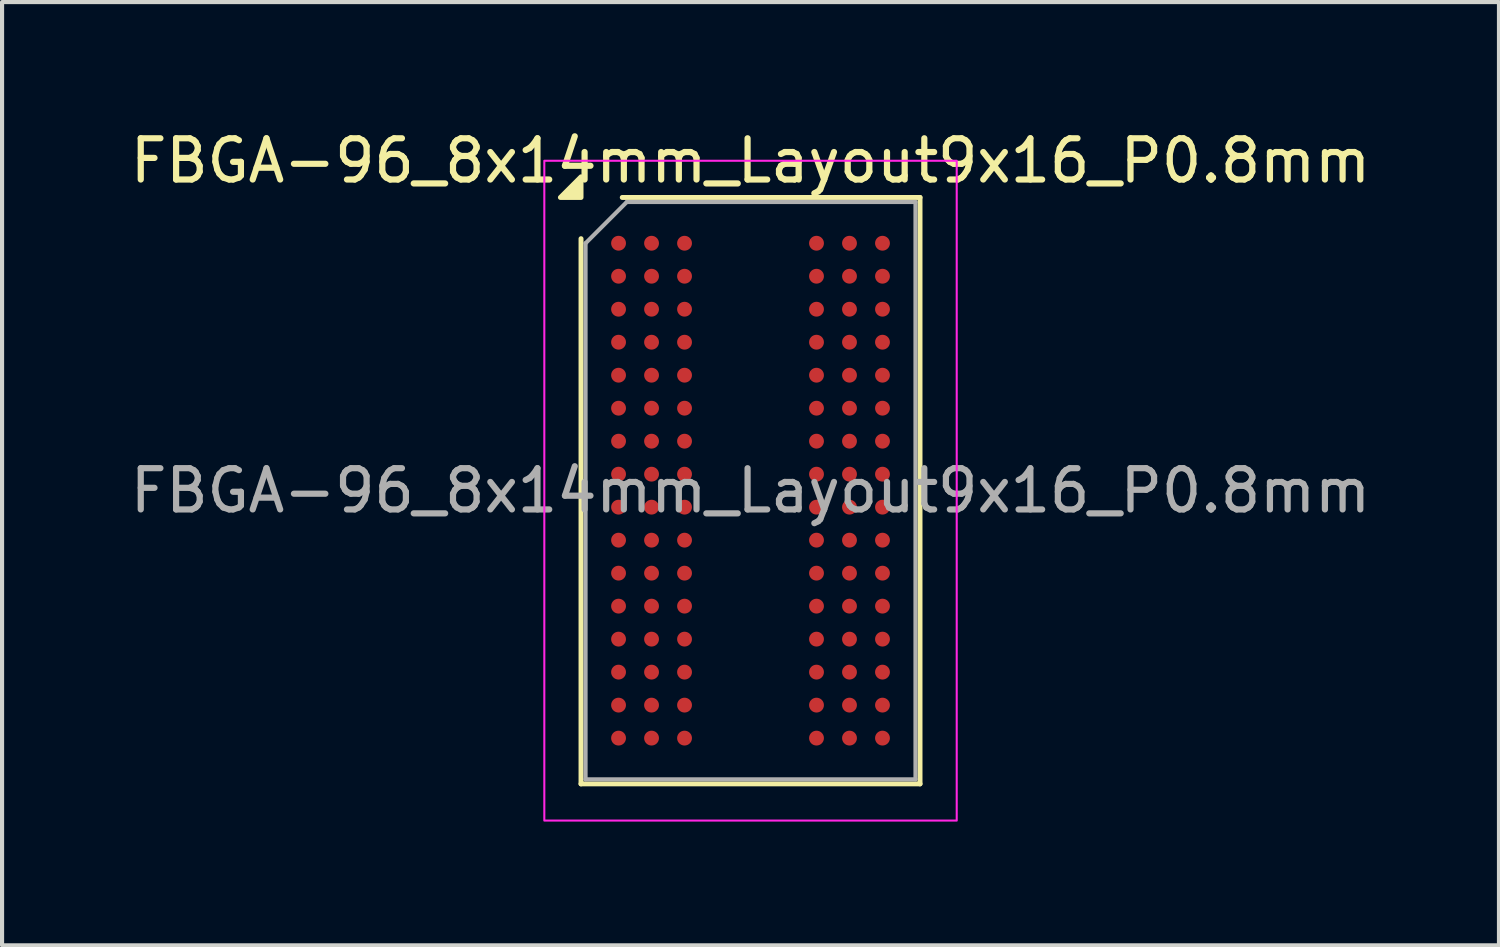
<source format=kicad_pcb>
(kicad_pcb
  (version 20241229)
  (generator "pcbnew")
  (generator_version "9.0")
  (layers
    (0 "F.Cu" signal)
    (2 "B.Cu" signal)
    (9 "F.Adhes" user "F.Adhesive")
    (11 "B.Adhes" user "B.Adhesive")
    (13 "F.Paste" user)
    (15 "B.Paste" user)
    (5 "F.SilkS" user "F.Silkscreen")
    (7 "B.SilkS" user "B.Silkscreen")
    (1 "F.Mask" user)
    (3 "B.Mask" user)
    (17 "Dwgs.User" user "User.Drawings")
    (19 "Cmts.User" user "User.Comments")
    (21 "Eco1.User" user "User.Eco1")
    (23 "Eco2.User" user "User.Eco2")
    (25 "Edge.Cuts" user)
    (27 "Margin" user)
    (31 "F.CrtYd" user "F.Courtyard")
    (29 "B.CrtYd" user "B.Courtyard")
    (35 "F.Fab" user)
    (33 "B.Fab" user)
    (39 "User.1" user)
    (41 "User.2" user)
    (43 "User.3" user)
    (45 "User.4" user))
  (footprint "FBGA-96_8x14mm_Layout9x16_P0.8mm"
    (layer "F.Cu")
    (at 15.149 8.848)
    (property "Reference" "FBGA-96_8x14mm_Layout9x16_P0.8mm" (at 0 -8 0) (layer "F.SilkS") (effects (font (size 1 1) (thickness 0.15))))
    (attr smd)
    (fp_line (start -4.11 7.11) (end -4.11 -6.11) (stroke (width 0.12) (type solid)) (layer "F.SilkS"))
    (fp_line (start -3.11 -7.11) (end 4.11 -7.11) (stroke (width 0.12) (type solid)) (layer "F.SilkS"))
    (fp_line (start 4.11 -7.11) (end 4.11 7.11) (stroke (width 0.12) (type solid)) (layer "F.SilkS"))
    (fp_line (start 4.11 7.11) (end -4.11 7.11) (stroke (width 0.12) (type solid)) (layer "F.SilkS"))
    (fp_poly (pts (xy -4.11 -7.11) (xy -4.61 -7.11) (xy -4.11 -7.61)) (stroke (width 0.12) (type solid)) (fill yes) (layer "F.SilkS"))
    (fp_rect (start -5 -8) (end 5 8) (stroke (width 0.05) (type solid)) (fill no) (layer "F.CrtYd"))
    (fp_line (start -4 -6) (end -3 -7) (stroke (width 0.1) (type solid)) (layer "F.Fab"))
    (fp_line (start -4 7) (end -4 -6) (stroke (width 0.1) (type solid)) (layer "F.Fab"))
    (fp_line (start -3 -7) (end 4 -7) (stroke (width 0.1) (type solid)) (layer "F.Fab"))
    (fp_line (start 4 -7) (end 4 7) (stroke (width 0.1) (type solid)) (layer "F.Fab"))
    (fp_line (start 4 7) (end -4 7) (stroke (width 0.1) (type solid)) (layer "F.Fab"))
    (fp_text user "${REFERENCE}" (at 0 0 0) (layer "F.Fab") (effects (font (size 1 1) (thickness 0.15))))
    (pad "A1" smd circle (at -3.2 -6) (size 0.36 0.36) (property pad_prop_bga) (layers "F.Cu" "F.Mask" "F.Paste"))
    (pad "A2" smd circle (at -2.4 -6) (size 0.36 0.36) (property pad_prop_bga) (layers "F.Cu" "F.Mask" "F.Paste"))
    (pad "A3" smd circle (at -1.6 -6) (size 0.36 0.36) (property pad_prop_bga) (layers "F.Cu" "F.Mask" "F.Paste"))
    (pad "A7" smd circle (at 1.6 -6) (size 0.36 0.36) (property pad_prop_bga) (layers "F.Cu" "F.Mask" "F.Paste"))
    (pad "A8" smd circle (at 2.4 -6) (size 0.36 0.36) (property pad_prop_bga) (layers "F.Cu" "F.Mask" "F.Paste"))
    (pad "A9" smd circle (at 3.2 -6) (size 0.36 0.36) (property pad_prop_bga) (layers "F.Cu" "F.Mask" "F.Paste"))
    (pad "B1" smd circle (at -3.2 -5.2) (size 0.36 0.36) (property pad_prop_bga) (layers "F.Cu" "F.Mask" "F.Paste"))
    (pad "B2" smd circle (at -2.4 -5.2) (size 0.36 0.36) (property pad_prop_bga) (layers "F.Cu" "F.Mask" "F.Paste"))
    (pad "B3" smd circle (at -1.6 -5.2) (size 0.36 0.36) (property pad_prop_bga) (layers "F.Cu" "F.Mask" "F.Paste"))
    (pad "B7" smd circle (at 1.6 -5.2) (size 0.36 0.36) (property pad_prop_bga) (layers "F.Cu" "F.Mask" "F.Paste"))
    (pad "B8" smd circle (at 2.4 -5.2) (size 0.36 0.36) (property pad_prop_bga) (layers "F.Cu" "F.Mask" "F.Paste"))
    (pad "B9" smd circle (at 3.2 -5.2) (size 0.36 0.36) (property pad_prop_bga) (layers "F.Cu" "F.Mask" "F.Paste"))
    (pad "C1" smd circle (at -3.2 -4.4) (size 0.36 0.36) (property pad_prop_bga) (layers "F.Cu" "F.Mask" "F.Paste"))
    (pad "C2" smd circle (at -2.4 -4.4) (size 0.36 0.36) (property pad_prop_bga) (layers "F.Cu" "F.Mask" "F.Paste"))
    (pad "C3" smd circle (at -1.6 -4.4) (size 0.36 0.36) (property pad_prop_bga) (layers "F.Cu" "F.Mask" "F.Paste"))
    (pad "C7" smd circle (at 1.6 -4.4) (size 0.36 0.36) (property pad_prop_bga) (layers "F.Cu" "F.Mask" "F.Paste"))
    (pad "C8" smd circle (at 2.4 -4.4) (size 0.36 0.36) (property pad_prop_bga) (layers "F.Cu" "F.Mask" "F.Paste"))
    (pad "C9" smd circle (at 3.2 -4.4) (size 0.36 0.36) (property pad_prop_bga) (layers "F.Cu" "F.Mask" "F.Paste"))
    (pad "D1" smd circle (at -3.2 -3.6) (size 0.36 0.36) (property pad_prop_bga) (layers "F.Cu" "F.Mask" "F.Paste"))
    (pad "D2" smd circle (at -2.4 -3.6) (size 0.36 0.36) (property pad_prop_bga) (layers "F.Cu" "F.Mask" "F.Paste"))
    (pad "D3" smd circle (at -1.6 -3.6) (size 0.36 0.36) (property pad_prop_bga) (layers "F.Cu" "F.Mask" "F.Paste"))
    (pad "D7" smd circle (at 1.6 -3.6) (size 0.36 0.36) (property pad_prop_bga) (layers "F.Cu" "F.Mask" "F.Paste"))
    (pad "D8" smd circle (at 2.4 -3.6) (size 0.36 0.36) (property pad_prop_bga) (layers "F.Cu" "F.Mask" "F.Paste"))
    (pad "D9" smd circle (at 3.2 -3.6) (size 0.36 0.36) (property pad_prop_bga) (layers "F.Cu" "F.Mask" "F.Paste"))
    (pad "E1" smd circle (at -3.2 -2.8) (size 0.36 0.36) (property pad_prop_bga) (layers "F.Cu" "F.Mask" "F.Paste"))
    (pad "E2" smd circle (at -2.4 -2.8) (size 0.36 0.36) (property pad_prop_bga) (layers "F.Cu" "F.Mask" "F.Paste"))
    (pad "E3" smd circle (at -1.6 -2.8) (size 0.36 0.36) (property pad_prop_bga) (layers "F.Cu" "F.Mask" "F.Paste"))
    (pad "E7" smd circle (at 1.6 -2.8) (size 0.36 0.36) (property pad_prop_bga) (layers "F.Cu" "F.Mask" "F.Paste"))
    (pad "E8" smd circle (at 2.4 -2.8) (size 0.36 0.36) (property pad_prop_bga) (layers "F.Cu" "F.Mask" "F.Paste"))
    (pad "E9" smd circle (at 3.2 -2.8) (size 0.36 0.36) (property pad_prop_bga) (layers "F.Cu" "F.Mask" "F.Paste"))
    (pad "F1" smd circle (at -3.2 -2) (size 0.36 0.36) (property pad_prop_bga) (layers "F.Cu" "F.Mask" "F.Paste"))
    (pad "F2" smd circle (at -2.4 -2) (size 0.36 0.36) (property pad_prop_bga) (layers "F.Cu" "F.Mask" "F.Paste"))
    (pad "F3" smd circle (at -1.6 -2) (size 0.36 0.36) (property pad_prop_bga) (layers "F.Cu" "F.Mask" "F.Paste"))
    (pad "F7" smd circle (at 1.6 -2) (size 0.36 0.36) (property pad_prop_bga) (layers "F.Cu" "F.Mask" "F.Paste"))
    (pad "F8" smd circle (at 2.4 -2) (size 0.36 0.36) (property pad_prop_bga) (layers "F.Cu" "F.Mask" "F.Paste"))
    (pad "F9" smd circle (at 3.2 -2) (size 0.36 0.36) (property pad_prop_bga) (layers "F.Cu" "F.Mask" "F.Paste"))
    (pad "G1" smd circle (at -3.2 -1.2) (size 0.36 0.36) (property pad_prop_bga) (layers "F.Cu" "F.Mask" "F.Paste"))
    (pad "G2" smd circle (at -2.4 -1.2) (size 0.36 0.36) (property pad_prop_bga) (layers "F.Cu" "F.Mask" "F.Paste"))
    (pad "G3" smd circle (at -1.6 -1.2) (size 0.36 0.36) (property pad_prop_bga) (layers "F.Cu" "F.Mask" "F.Paste"))
    (pad "G7" smd circle (at 1.6 -1.2) (size 0.36 0.36) (property pad_prop_bga) (layers "F.Cu" "F.Mask" "F.Paste"))
    (pad "G8" smd circle (at 2.4 -1.2) (size 0.36 0.36) (property pad_prop_bga) (layers "F.Cu" "F.Mask" "F.Paste"))
    (pad "G9" smd circle (at 3.2 -1.2) (size 0.36 0.36) (property pad_prop_bga) (layers "F.Cu" "F.Mask" "F.Paste"))
    (pad "H1" smd circle (at -3.2 -0.4) (size 0.36 0.36) (property pad_prop_bga) (layers "F.Cu" "F.Mask" "F.Paste"))
    (pad "H2" smd circle (at -2.4 -0.4) (size 0.36 0.36) (property pad_prop_bga) (layers "F.Cu" "F.Mask" "F.Paste"))
    (pad "H3" smd circle (at -1.6 -0.4) (size 0.36 0.36) (property pad_prop_bga) (layers "F.Cu" "F.Mask" "F.Paste"))
    (pad "H7" smd circle (at 1.6 -0.4) (size 0.36 0.36) (property pad_prop_bga) (layers "F.Cu" "F.Mask" "F.Paste"))
    (pad "H8" smd circle (at 2.4 -0.4) (size 0.36 0.36) (property pad_prop_bga) (layers "F.Cu" "F.Mask" "F.Paste"))
    (pad "H9" smd circle (at 3.2 -0.4) (size 0.36 0.36) (property pad_prop_bga) (layers "F.Cu" "F.Mask" "F.Paste"))
    (pad "J1" smd circle (at -3.2 0.4) (size 0.36 0.36) (property pad_prop_bga) (layers "F.Cu" "F.Mask" "F.Paste"))
    (pad "J2" smd circle (at -2.4 0.4) (size 0.36 0.36) (property pad_prop_bga) (layers "F.Cu" "F.Mask" "F.Paste"))
    (pad "J3" smd circle (at -1.6 0.4) (size 0.36 0.36) (property pad_prop_bga) (layers "F.Cu" "F.Mask" "F.Paste"))
    (pad "J7" smd circle (at 1.6 0.4) (size 0.36 0.36) (property pad_prop_bga) (layers "F.Cu" "F.Mask" "F.Paste"))
    (pad "J8" smd circle (at 2.4 0.4) (size 0.36 0.36) (property pad_prop_bga) (layers "F.Cu" "F.Mask" "F.Paste"))
    (pad "J9" smd circle (at 3.2 0.4) (size 0.36 0.36) (property pad_prop_bga) (layers "F.Cu" "F.Mask" "F.Paste"))
    (pad "K1" smd circle (at -3.2 1.2) (size 0.36 0.36) (property pad_prop_bga) (layers "F.Cu" "F.Mask" "F.Paste"))
    (pad "K2" smd circle (at -2.4 1.2) (size 0.36 0.36) (property pad_prop_bga) (layers "F.Cu" "F.Mask" "F.Paste"))
    (pad "K3" smd circle (at -1.6 1.2) (size 0.36 0.36) (property pad_prop_bga) (layers "F.Cu" "F.Mask" "F.Paste"))
    (pad "K7" smd circle (at 1.6 1.2) (size 0.36 0.36) (property pad_prop_bga) (layers "F.Cu" "F.Mask" "F.Paste"))
    (pad "K8" smd circle (at 2.4 1.2) (size 0.36 0.36) (property pad_prop_bga) (layers "F.Cu" "F.Mask" "F.Paste"))
    (pad "K9" smd circle (at 3.2 1.2) (size 0.36 0.36) (property pad_prop_bga) (layers "F.Cu" "F.Mask" "F.Paste"))
    (pad "L1" smd circle (at -3.2 2) (size 0.36 0.36) (property pad_prop_bga) (layers "F.Cu" "F.Mask" "F.Paste"))
    (pad "L2" smd circle (at -2.4 2) (size 0.36 0.36) (property pad_prop_bga) (layers "F.Cu" "F.Mask" "F.Paste"))
    (pad "L3" smd circle (at -1.6 2) (size 0.36 0.36) (property pad_prop_bga) (layers "F.Cu" "F.Mask" "F.Paste"))
    (pad "L7" smd circle (at 1.6 2) (size 0.36 0.36) (property pad_prop_bga) (layers "F.Cu" "F.Mask" "F.Paste"))
    (pad "L8" smd circle (at 2.4 2) (size 0.36 0.36) (property pad_prop_bga) (layers "F.Cu" "F.Mask" "F.Paste"))
    (pad "L9" smd circle (at 3.2 2) (size 0.36 0.36) (property pad_prop_bga) (layers "F.Cu" "F.Mask" "F.Paste"))
    (pad "M1" smd circle (at -3.2 2.8) (size 0.36 0.36) (property pad_prop_bga) (layers "F.Cu" "F.Mask" "F.Paste"))
    (pad "M2" smd circle (at -2.4 2.8) (size 0.36 0.36) (property pad_prop_bga) (layers "F.Cu" "F.Mask" "F.Paste"))
    (pad "M3" smd circle (at -1.6 2.8) (size 0.36 0.36) (property pad_prop_bga) (layers "F.Cu" "F.Mask" "F.Paste"))
    (pad "M7" smd circle (at 1.6 2.8) (size 0.36 0.36) (property pad_prop_bga) (layers "F.Cu" "F.Mask" "F.Paste"))
    (pad "M8" smd circle (at 2.4 2.8) (size 0.36 0.36) (property pad_prop_bga) (layers "F.Cu" "F.Mask" "F.Paste"))
    (pad "M9" smd circle (at 3.2 2.8) (size 0.36 0.36) (property pad_prop_bga) (layers "F.Cu" "F.Mask" "F.Paste"))
    (pad "N1" smd circle (at -3.2 3.6) (size 0.36 0.36) (property pad_prop_bga) (layers "F.Cu" "F.Mask" "F.Paste"))
    (pad "N2" smd circle (at -2.4 3.6) (size 0.36 0.36) (property pad_prop_bga) (layers "F.Cu" "F.Mask" "F.Paste"))
    (pad "N3" smd circle (at -1.6 3.6) (size 0.36 0.36) (property pad_prop_bga) (layers "F.Cu" "F.Mask" "F.Paste"))
    (pad "N7" smd circle (at 1.6 3.6) (size 0.36 0.36) (property pad_prop_bga) (layers "F.Cu" "F.Mask" "F.Paste"))
    (pad "N8" smd circle (at 2.4 3.6) (size 0.36 0.36) (property pad_prop_bga) (layers "F.Cu" "F.Mask" "F.Paste"))
    (pad "N9" smd circle (at 3.2 3.6) (size 0.36 0.36) (property pad_prop_bga) (layers "F.Cu" "F.Mask" "F.Paste"))
    (pad "P1" smd circle (at -3.2 4.4) (size 0.36 0.36) (property pad_prop_bga) (layers "F.Cu" "F.Mask" "F.Paste"))
    (pad "P2" smd circle (at -2.4 4.4) (size 0.36 0.36) (property pad_prop_bga) (layers "F.Cu" "F.Mask" "F.Paste"))
    (pad "P3" smd circle (at -1.6 4.4) (size 0.36 0.36) (property pad_prop_bga) (layers "F.Cu" "F.Mask" "F.Paste"))
    (pad "P7" smd circle (at 1.6 4.4) (size 0.36 0.36) (property pad_prop_bga) (layers "F.Cu" "F.Mask" "F.Paste"))
    (pad "P8" smd circle (at 2.4 4.4) (size 0.36 0.36) (property pad_prop_bga) (layers "F.Cu" "F.Mask" "F.Paste"))
    (pad "P9" smd circle (at 3.2 4.4) (size 0.36 0.36) (property pad_prop_bga) (layers "F.Cu" "F.Mask" "F.Paste"))
    (pad "R1" smd circle (at -3.2 5.2) (size 0.36 0.36) (property pad_prop_bga) (layers "F.Cu" "F.Mask" "F.Paste"))
    (pad "R2" smd circle (at -2.4 5.2) (size 0.36 0.36) (property pad_prop_bga) (layers "F.Cu" "F.Mask" "F.Paste"))
    (pad "R3" smd circle (at -1.6 5.2) (size 0.36 0.36) (property pad_prop_bga) (layers "F.Cu" "F.Mask" "F.Paste"))
    (pad "R7" smd circle (at 1.6 5.2) (size 0.36 0.36) (property pad_prop_bga) (layers "F.Cu" "F.Mask" "F.Paste"))
    (pad "R8" smd circle (at 2.4 5.2) (size 0.36 0.36) (property pad_prop_bga) (layers "F.Cu" "F.Mask" "F.Paste"))
    (pad "R9" smd circle (at 3.2 5.2) (size 0.36 0.36) (property pad_prop_bga) (layers "F.Cu" "F.Mask" "F.Paste"))
    (pad "T1" smd circle (at -3.2 6) (size 0.36 0.36) (property pad_prop_bga) (layers "F.Cu" "F.Mask" "F.Paste"))
    (pad "T2" smd circle (at -2.4 6) (size 0.36 0.36) (property pad_prop_bga) (layers "F.Cu" "F.Mask" "F.Paste"))
    (pad "T3" smd circle (at -1.6 6) (size 0.36 0.36) (property pad_prop_bga) (layers "F.Cu" "F.Mask" "F.Paste"))
    (pad "T7" smd circle (at 1.6 6) (size 0.36 0.36) (property pad_prop_bga) (layers "F.Cu" "F.Mask" "F.Paste"))
    (pad "T8" smd circle (at 2.4 6) (size 0.36 0.36) (property pad_prop_bga) (layers "F.Cu" "F.Mask" "F.Paste"))
    (pad "T9" smd circle (at 3.2 6) (size 0.36 0.36) (property pad_prop_bga) (layers "F.Cu" "F.Mask" "F.Paste")))
  (gr_rect
    (start -3 -3)
    (end 33.298 19.873)
    (stroke (width 0.1) (type default))
    (fill no)
    (layer "Edge.Cuts")))
</source>
